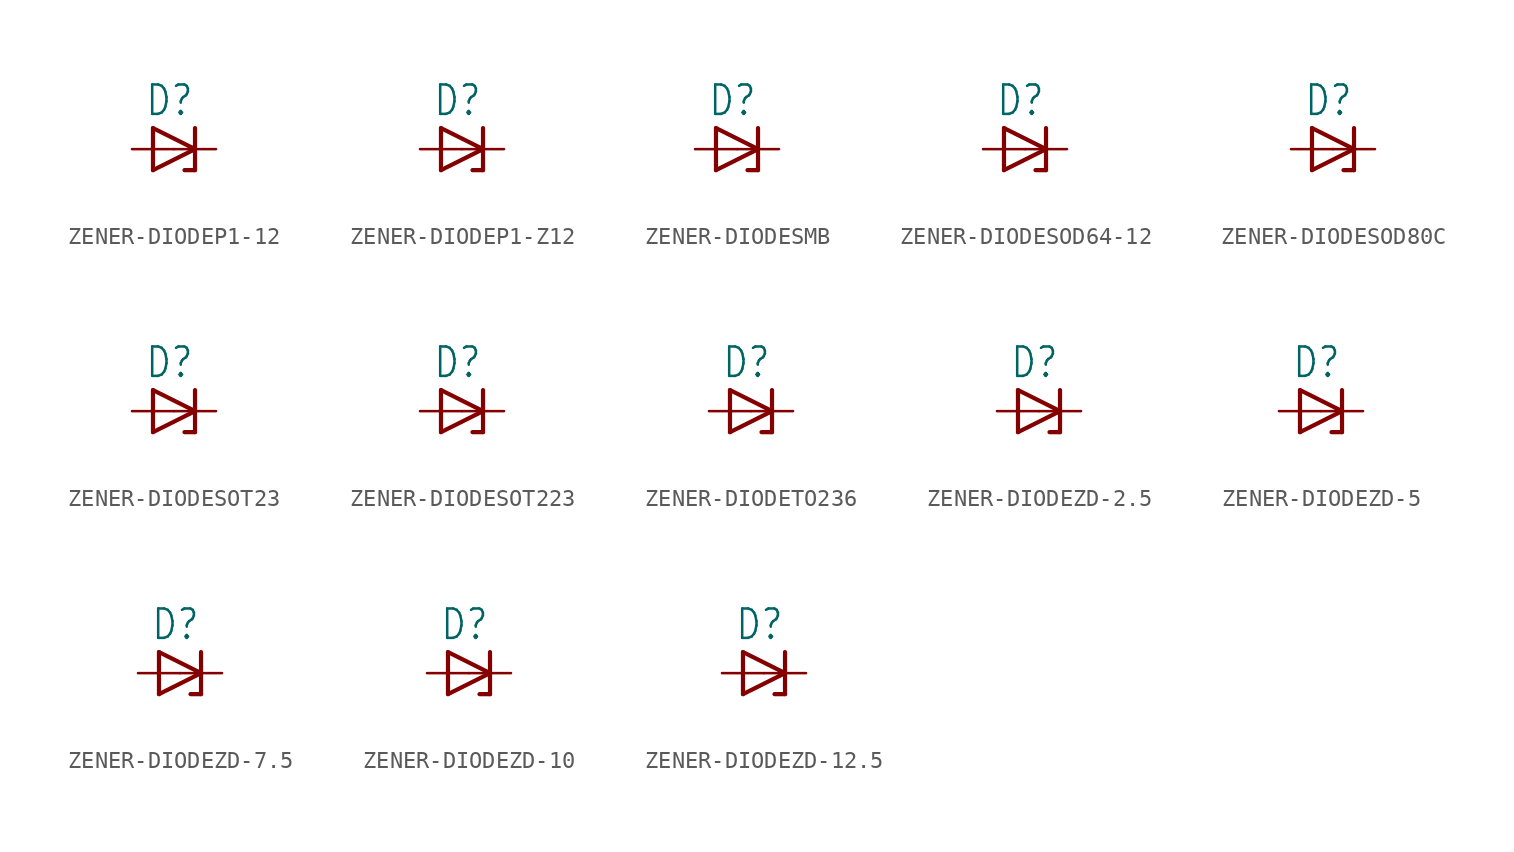
<source format=kicad_sym>
(kicad_symbol_lib
  (version 20231120)
  (generator "kicad_symbol_editor")
  (generator_version "8.0")
  (symbol "ZENER-DIODEP1-12"
    (property "Reference" "D"
      (at -1.778 1.905 0)
      (effects (font (size 1.778 1.511)) (justify left bottom)))
    (property "Value" ""
      (at -1.778 -3.429 0)
      (effects (font (size 1.778 1.511)) (justify left bottom)))
    (property "ki_locked" ""
      (at 0 0 0)
      (effects (font (size 1.27 1.27))))
    (symbol "ZENER-DIODEP1-12_1_0"
      (polyline (pts (xy -1.27 -1.27) (xy 1.27 0)) (stroke (width 0.254) (type solid)) (fill (type none)))
      (polyline (pts (xy -1.27 1.27) (xy -1.27 -1.27)) (stroke (width 0.254) (type solid)) (fill (type none)))
      (polyline (pts (xy 1.27 -1.27) (xy 0.635 -1.27)) (stroke (width 0.254) (type solid)) (fill (type none)))
      (polyline (pts (xy 1.27 0) (xy -1.27 1.27)) (stroke (width 0.254) (type solid)) (fill (type none)))
      (polyline (pts (xy 1.27 0) (xy 1.27 -1.27)) (stroke (width 0.254) (type solid)) (fill (type none)))
      (polyline (pts (xy 1.27 1.27) (xy 1.27 0)) (stroke (width 0.254) (type solid)) (fill (type none)))
      (pin passive line (at -2.54 0 0) (length 2.54) (name "A" (effects (font (size 0 0)))) (number "A" (effects (font (size 0 0)))))
      (pin passive line (at 2.54 0 180) (length 2.54) (name "C" (effects (font (size 0 0)))) (number "C" (effects (font (size 0 0)))))))
  (symbol "ZENER-DIODEP1-Z12"
    (property "Reference" "D"
      (at -1.778 1.905 0)
      (effects (font (size 1.778 1.511)) (justify left bottom)))
    (property "Value" ""
      (at -1.778 -3.429 0)
      (effects (font (size 1.778 1.511)) (justify left bottom)))
    (property "ki_locked" ""
      (at 0 0 0)
      (effects (font (size 1.27 1.27))))
    (symbol "ZENER-DIODEP1-Z12_1_0"
      (polyline (pts (xy -1.27 -1.27) (xy 1.27 0)) (stroke (width 0.254) (type solid)) (fill (type none)))
      (polyline (pts (xy -1.27 1.27) (xy -1.27 -1.27)) (stroke (width 0.254) (type solid)) (fill (type none)))
      (polyline (pts (xy 1.27 -1.27) (xy 0.635 -1.27)) (stroke (width 0.254) (type solid)) (fill (type none)))
      (polyline (pts (xy 1.27 0) (xy -1.27 1.27)) (stroke (width 0.254) (type solid)) (fill (type none)))
      (polyline (pts (xy 1.27 0) (xy 1.27 -1.27)) (stroke (width 0.254) (type solid)) (fill (type none)))
      (polyline (pts (xy 1.27 1.27) (xy 1.27 0)) (stroke (width 0.254) (type solid)) (fill (type none)))
      (pin passive line (at -2.54 0 0) (length 2.54) (name "A" (effects (font (size 0 0)))) (number "A" (effects (font (size 0 0)))))
      (pin passive line (at 2.54 0 180) (length 2.54) (name "C" (effects (font (size 0 0)))) (number "C" (effects (font (size 0 0)))))))
  (symbol "ZENER-DIODESMB"
    (property "Reference" "D"
      (at -1.778 1.905 0)
      (effects (font (size 1.778 1.511)) (justify left bottom)))
    (property "Value" ""
      (at -1.778 -3.429 0)
      (effects (font (size 1.778 1.511)) (justify left bottom)))
    (property "ki_locked" ""
      (at 0 0 0)
      (effects (font (size 1.27 1.27))))
    (symbol "ZENER-DIODESMB_1_0"
      (polyline (pts (xy -1.27 -1.27) (xy 1.27 0)) (stroke (width 0.254) (type solid)) (fill (type none)))
      (polyline (pts (xy -1.27 1.27) (xy -1.27 -1.27)) (stroke (width 0.254) (type solid)) (fill (type none)))
      (polyline (pts (xy 1.27 -1.27) (xy 0.635 -1.27)) (stroke (width 0.254) (type solid)) (fill (type none)))
      (polyline (pts (xy 1.27 0) (xy -1.27 1.27)) (stroke (width 0.254) (type solid)) (fill (type none)))
      (polyline (pts (xy 1.27 0) (xy 1.27 -1.27)) (stroke (width 0.254) (type solid)) (fill (type none)))
      (polyline (pts (xy 1.27 1.27) (xy 1.27 0)) (stroke (width 0.254) (type solid)) (fill (type none)))
      (pin passive line (at -2.54 0 0) (length 2.54) (name "A" (effects (font (size 0 0)))) (number "A" (effects (font (size 0 0)))))
      (pin passive line (at 2.54 0 180) (length 2.54) (name "C" (effects (font (size 0 0)))) (number "C" (effects (font (size 0 0)))))))
  (symbol "ZENER-DIODESOD64-12"
    (property "Reference" "D"
      (at -1.778 1.905 0)
      (effects (font (size 1.778 1.511)) (justify left bottom)))
    (property "Value" ""
      (at -1.778 -3.429 0)
      (effects (font (size 1.778 1.511)) (justify left bottom)))
    (property "ki_locked" ""
      (at 0 0 0)
      (effects (font (size 1.27 1.27))))
    (symbol "ZENER-DIODESOD64-12_1_0"
      (polyline (pts (xy -1.27 -1.27) (xy 1.27 0)) (stroke (width 0.254) (type solid)) (fill (type none)))
      (polyline (pts (xy -1.27 1.27) (xy -1.27 -1.27)) (stroke (width 0.254) (type solid)) (fill (type none)))
      (polyline (pts (xy 1.27 -1.27) (xy 0.635 -1.27)) (stroke (width 0.254) (type solid)) (fill (type none)))
      (polyline (pts (xy 1.27 0) (xy -1.27 1.27)) (stroke (width 0.254) (type solid)) (fill (type none)))
      (polyline (pts (xy 1.27 0) (xy 1.27 -1.27)) (stroke (width 0.254) (type solid)) (fill (type none)))
      (polyline (pts (xy 1.27 1.27) (xy 1.27 0)) (stroke (width 0.254) (type solid)) (fill (type none)))
      (pin passive line (at -2.54 0 0) (length 2.54) (name "A" (effects (font (size 0 0)))) (number "A" (effects (font (size 0 0)))))
      (pin passive line (at 2.54 0 180) (length 2.54) (name "C" (effects (font (size 0 0)))) (number "C" (effects (font (size 0 0)))))))
  (symbol "ZENER-DIODESOD80C"
    (property "Reference" "D"
      (at -1.778 1.905 0)
      (effects (font (size 1.778 1.511)) (justify left bottom)))
    (property "Value" ""
      (at -1.778 -3.429 0)
      (effects (font (size 1.778 1.511)) (justify left bottom)))
    (property "ki_locked" ""
      (at 0 0 0)
      (effects (font (size 1.27 1.27))))
    (symbol "ZENER-DIODESOD80C_1_0"
      (polyline (pts (xy -1.27 -1.27) (xy 1.27 0)) (stroke (width 0.254) (type solid)) (fill (type none)))
      (polyline (pts (xy -1.27 1.27) (xy -1.27 -1.27)) (stroke (width 0.254) (type solid)) (fill (type none)))
      (polyline (pts (xy 1.27 -1.27) (xy 0.635 -1.27)) (stroke (width 0.254) (type solid)) (fill (type none)))
      (polyline (pts (xy 1.27 0) (xy -1.27 1.27)) (stroke (width 0.254) (type solid)) (fill (type none)))
      (polyline (pts (xy 1.27 0) (xy 1.27 -1.27)) (stroke (width 0.254) (type solid)) (fill (type none)))
      (polyline (pts (xy 1.27 1.27) (xy 1.27 0)) (stroke (width 0.254) (type solid)) (fill (type none)))
      (pin passive line (at -2.54 0 0) (length 2.54) (name "A" (effects (font (size 0 0)))) (number "A" (effects (font (size 0 0)))))
      (pin passive line (at 2.54 0 180) (length 2.54) (name "C" (effects (font (size 0 0)))) (number "C" (effects (font (size 0 0)))))))
  (symbol "ZENER-DIODESOT23"
    (property "Reference" "D"
      (at -1.778 1.905 0)
      (effects (font (size 1.778 1.511)) (justify left bottom)))
    (property "Value" ""
      (at -1.778 -3.429 0)
      (effects (font (size 1.778 1.511)) (justify left bottom)))
    (property "ki_locked" ""
      (at 0 0 0)
      (effects (font (size 1.27 1.27))))
    (symbol "ZENER-DIODESOT23_1_0"
      (polyline (pts (xy -1.27 -1.27) (xy 1.27 0)) (stroke (width 0.254) (type solid)) (fill (type none)))
      (polyline (pts (xy -1.27 1.27) (xy -1.27 -1.27)) (stroke (width 0.254) (type solid)) (fill (type none)))
      (polyline (pts (xy 1.27 -1.27) (xy 0.635 -1.27)) (stroke (width 0.254) (type solid)) (fill (type none)))
      (polyline (pts (xy 1.27 0) (xy -1.27 1.27)) (stroke (width 0.254) (type solid)) (fill (type none)))
      (polyline (pts (xy 1.27 0) (xy 1.27 -1.27)) (stroke (width 0.254) (type solid)) (fill (type none)))
      (polyline (pts (xy 1.27 1.27) (xy 1.27 0)) (stroke (width 0.254) (type solid)) (fill (type none)))
      (pin passive line (at -2.54 0 0) (length 2.54) (name "A" (effects (font (size 0 0)))) (number "1" (effects (font (size 0 0)))))
      (pin passive line (at 2.54 0 180) (length 2.54) (name "C" (effects (font (size 0 0)))) (number "3" (effects (font (size 0 0)))))))
  (symbol "ZENER-DIODESOT223"
    (property "Reference" "D"
      (at -1.778 1.905 0)
      (effects (font (size 1.778 1.511)) (justify left bottom)))
    (property "Value" ""
      (at -1.778 -3.429 0)
      (effects (font (size 1.778 1.511)) (justify left bottom)))
    (property "ki_locked" ""
      (at 0 0 0)
      (effects (font (size 1.27 1.27))))
    (symbol "ZENER-DIODESOT223_1_0"
      (polyline (pts (xy -1.27 -1.27) (xy 1.27 0)) (stroke (width 0.254) (type solid)) (fill (type none)))
      (polyline (pts (xy -1.27 1.27) (xy -1.27 -1.27)) (stroke (width 0.254) (type solid)) (fill (type none)))
      (polyline (pts (xy 1.27 -1.27) (xy 0.635 -1.27)) (stroke (width 0.254) (type solid)) (fill (type none)))
      (polyline (pts (xy 1.27 0) (xy -1.27 1.27)) (stroke (width 0.254) (type solid)) (fill (type none)))
      (polyline (pts (xy 1.27 0) (xy 1.27 -1.27)) (stroke (width 0.254) (type solid)) (fill (type none)))
      (polyline (pts (xy 1.27 1.27) (xy 1.27 0)) (stroke (width 0.254) (type solid)) (fill (type none)))
      (pin passive line (at -2.54 0 0) (length 2.54) (name "A" (effects (font (size 0 0)))) (number "1" (effects (font (size 0 0)))))
      (pin passive line (at 2.54 0 180) (length 2.54) (name "C" (effects (font (size 0 0)))) (number "4" (effects (font (size 0 0)))))))
  (symbol "ZENER-DIODETO236"
    (property "Reference" "D"
      (at -1.778 1.905 0)
      (effects (font (size 1.778 1.511)) (justify left bottom)))
    (property "Value" ""
      (at -1.778 -3.429 0)
      (effects (font (size 1.778 1.511)) (justify left bottom)))
    (property "ki_locked" ""
      (at 0 0 0)
      (effects (font (size 1.27 1.27))))
    (symbol "ZENER-DIODETO236_1_0"
      (polyline (pts (xy -1.27 -1.27) (xy 1.27 0)) (stroke (width 0.254) (type solid)) (fill (type none)))
      (polyline (pts (xy -1.27 1.27) (xy -1.27 -1.27)) (stroke (width 0.254) (type solid)) (fill (type none)))
      (polyline (pts (xy 1.27 -1.27) (xy 0.635 -1.27)) (stroke (width 0.254) (type solid)) (fill (type none)))
      (polyline (pts (xy 1.27 0) (xy -1.27 1.27)) (stroke (width 0.254) (type solid)) (fill (type none)))
      (polyline (pts (xy 1.27 0) (xy 1.27 -1.27)) (stroke (width 0.254) (type solid)) (fill (type none)))
      (polyline (pts (xy 1.27 1.27) (xy 1.27 0)) (stroke (width 0.254) (type solid)) (fill (type none)))
      (pin passive line (at -2.54 0 0) (length 2.54) (name "A" (effects (font (size 0 0)))) (number "A" (effects (font (size 0 0)))))
      (pin passive line (at 2.54 0 180) (length 2.54) (name "C" (effects (font (size 0 0)))) (number "C" (effects (font (size 0 0)))))))
  (symbol "ZENER-DIODEZD-2.5"
    (property "Reference" "D"
      (at -1.778 1.905 0)
      (effects (font (size 1.778 1.511)) (justify left bottom)))
    (property "Value" ""
      (at -1.778 -3.429 0)
      (effects (font (size 1.778 1.511)) (justify left bottom)))
    (property "ki_locked" ""
      (at 0 0 0)
      (effects (font (size 1.27 1.27))))
    (symbol "ZENER-DIODEZD-2.5_1_0"
      (polyline (pts (xy -1.27 -1.27) (xy 1.27 0)) (stroke (width 0.254) (type solid)) (fill (type none)))
      (polyline (pts (xy -1.27 1.27) (xy -1.27 -1.27)) (stroke (width 0.254) (type solid)) (fill (type none)))
      (polyline (pts (xy 1.27 -1.27) (xy 0.635 -1.27)) (stroke (width 0.254) (type solid)) (fill (type none)))
      (polyline (pts (xy 1.27 0) (xy -1.27 1.27)) (stroke (width 0.254) (type solid)) (fill (type none)))
      (polyline (pts (xy 1.27 0) (xy 1.27 -1.27)) (stroke (width 0.254) (type solid)) (fill (type none)))
      (polyline (pts (xy 1.27 1.27) (xy 1.27 0)) (stroke (width 0.254) (type solid)) (fill (type none)))
      (pin passive line (at -2.54 0 0) (length 2.54) (name "A" (effects (font (size 0 0)))) (number "A" (effects (font (size 0 0)))))
      (pin passive line (at 2.54 0 180) (length 2.54) (name "C" (effects (font (size 0 0)))) (number "C" (effects (font (size 0 0)))))))
  (symbol "ZENER-DIODEZD-5"
    (property "Reference" "D"
      (at -1.778 1.905 0)
      (effects (font (size 1.778 1.511)) (justify left bottom)))
    (property "Value" ""
      (at -1.778 -3.429 0)
      (effects (font (size 1.778 1.511)) (justify left bottom)))
    (property "ki_locked" ""
      (at 0 0 0)
      (effects (font (size 1.27 1.27))))
    (symbol "ZENER-DIODEZD-5_1_0"
      (polyline (pts (xy -1.27 -1.27) (xy 1.27 0)) (stroke (width 0.254) (type solid)) (fill (type none)))
      (polyline (pts (xy -1.27 1.27) (xy -1.27 -1.27)) (stroke (width 0.254) (type solid)) (fill (type none)))
      (polyline (pts (xy 1.27 -1.27) (xy 0.635 -1.27)) (stroke (width 0.254) (type solid)) (fill (type none)))
      (polyline (pts (xy 1.27 0) (xy -1.27 1.27)) (stroke (width 0.254) (type solid)) (fill (type none)))
      (polyline (pts (xy 1.27 0) (xy 1.27 -1.27)) (stroke (width 0.254) (type solid)) (fill (type none)))
      (polyline (pts (xy 1.27 1.27) (xy 1.27 0)) (stroke (width 0.254) (type solid)) (fill (type none)))
      (pin passive line (at -2.54 0 0) (length 2.54) (name "A" (effects (font (size 0 0)))) (number "A" (effects (font (size 0 0)))))
      (pin passive line (at 2.54 0 180) (length 2.54) (name "C" (effects (font (size 0 0)))) (number "C" (effects (font (size 0 0)))))))
  (symbol "ZENER-DIODEZD-7.5"
    (property "Reference" "D"
      (at -1.778 1.905 0)
      (effects (font (size 1.778 1.511)) (justify left bottom)))
    (property "Value" ""
      (at -1.778 -3.429 0)
      (effects (font (size 1.778 1.511)) (justify left bottom)))
    (property "ki_locked" ""
      (at 0 0 0)
      (effects (font (size 1.27 1.27))))
    (symbol "ZENER-DIODEZD-7.5_1_0"
      (polyline (pts (xy -1.27 -1.27) (xy 1.27 0)) (stroke (width 0.254) (type solid)) (fill (type none)))
      (polyline (pts (xy -1.27 1.27) (xy -1.27 -1.27)) (stroke (width 0.254) (type solid)) (fill (type none)))
      (polyline (pts (xy 1.27 -1.27) (xy 0.635 -1.27)) (stroke (width 0.254) (type solid)) (fill (type none)))
      (polyline (pts (xy 1.27 0) (xy -1.27 1.27)) (stroke (width 0.254) (type solid)) (fill (type none)))
      (polyline (pts (xy 1.27 0) (xy 1.27 -1.27)) (stroke (width 0.254) (type solid)) (fill (type none)))
      (polyline (pts (xy 1.27 1.27) (xy 1.27 0)) (stroke (width 0.254) (type solid)) (fill (type none)))
      (pin passive line (at -2.54 0 0) (length 2.54) (name "A" (effects (font (size 0 0)))) (number "A" (effects (font (size 0 0)))))
      (pin passive line (at 2.54 0 180) (length 2.54) (name "C" (effects (font (size 0 0)))) (number "C" (effects (font (size 0 0)))))))
  (symbol "ZENER-DIODEZD-10"
    (property "Reference" "D"
      (at -1.778 1.905 0)
      (effects (font (size 1.778 1.511)) (justify left bottom)))
    (property "Value" ""
      (at -1.778 -3.429 0)
      (effects (font (size 1.778 1.511)) (justify left bottom)))
    (property "ki_locked" ""
      (at 0 0 0)
      (effects (font (size 1.27 1.27))))
    (symbol "ZENER-DIODEZD-10_1_0"
      (polyline (pts (xy -1.27 -1.27) (xy 1.27 0)) (stroke (width 0.254) (type solid)) (fill (type none)))
      (polyline (pts (xy -1.27 1.27) (xy -1.27 -1.27)) (stroke (width 0.254) (type solid)) (fill (type none)))
      (polyline (pts (xy 1.27 -1.27) (xy 0.635 -1.27)) (stroke (width 0.254) (type solid)) (fill (type none)))
      (polyline (pts (xy 1.27 0) (xy -1.27 1.27)) (stroke (width 0.254) (type solid)) (fill (type none)))
      (polyline (pts (xy 1.27 0) (xy 1.27 -1.27)) (stroke (width 0.254) (type solid)) (fill (type none)))
      (polyline (pts (xy 1.27 1.27) (xy 1.27 0)) (stroke (width 0.254) (type solid)) (fill (type none)))
      (pin passive line (at -2.54 0 0) (length 2.54) (name "A" (effects (font (size 0 0)))) (number "A" (effects (font (size 0 0)))))
      (pin passive line (at 2.54 0 180) (length 2.54) (name "C" (effects (font (size 0 0)))) (number "C" (effects (font (size 0 0)))))))
  (symbol "ZENER-DIODEZD-12.5"
    (property "Reference" "D"
      (at -1.778 1.905 0)
      (effects (font (size 1.778 1.511)) (justify left bottom)))
    (property "Value" ""
      (at -1.778 -3.429 0)
      (effects (font (size 1.778 1.511)) (justify left bottom)))
    (property "ki_locked" ""
      (at 0 0 0)
      (effects (font (size 1.27 1.27))))
    (symbol "ZENER-DIODEZD-12.5_1_0"
      (polyline (pts (xy -1.27 -1.27) (xy 1.27 0)) (stroke (width 0.254) (type solid)) (fill (type none)))
      (polyline (pts (xy -1.27 1.27) (xy -1.27 -1.27)) (stroke (width 0.254) (type solid)) (fill (type none)))
      (polyline (pts (xy 1.27 -1.27) (xy 0.635 -1.27)) (stroke (width 0.254) (type solid)) (fill (type none)))
      (polyline (pts (xy 1.27 0) (xy -1.27 1.27)) (stroke (width 0.254) (type solid)) (fill (type none)))
      (polyline (pts (xy 1.27 0) (xy 1.27 -1.27)) (stroke (width 0.254) (type solid)) (fill (type none)))
      (polyline (pts (xy 1.27 1.27) (xy 1.27 0)) (stroke (width 0.254) (type solid)) (fill (type none)))
      (pin passive line (at -2.54 0 0) (length 2.54) (name "A" (effects (font (size 0 0)))) (number "A" (effects (font (size 0 0)))))
      (pin passive line (at 2.54 0 180) (length 2.54) (name "C" (effects (font (size 0 0)))) (number "C" (effects (font (size 0 0))))))))
</source>
